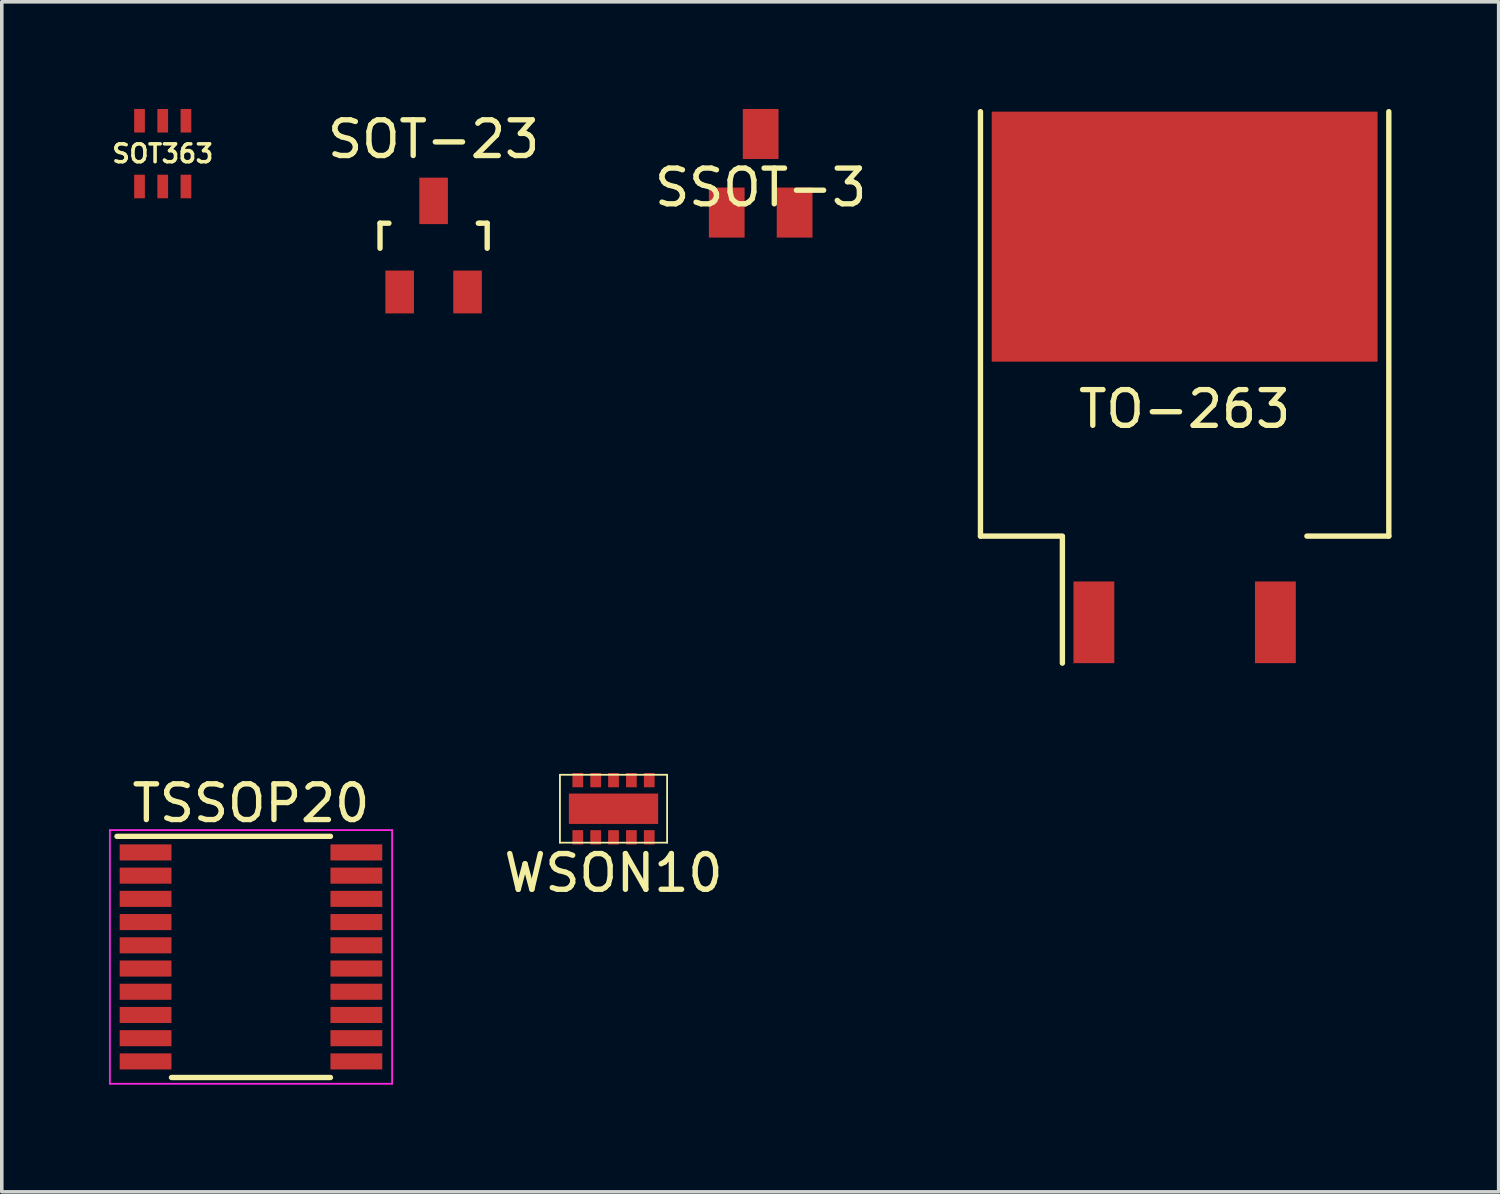
<source format=kicad_pcb>
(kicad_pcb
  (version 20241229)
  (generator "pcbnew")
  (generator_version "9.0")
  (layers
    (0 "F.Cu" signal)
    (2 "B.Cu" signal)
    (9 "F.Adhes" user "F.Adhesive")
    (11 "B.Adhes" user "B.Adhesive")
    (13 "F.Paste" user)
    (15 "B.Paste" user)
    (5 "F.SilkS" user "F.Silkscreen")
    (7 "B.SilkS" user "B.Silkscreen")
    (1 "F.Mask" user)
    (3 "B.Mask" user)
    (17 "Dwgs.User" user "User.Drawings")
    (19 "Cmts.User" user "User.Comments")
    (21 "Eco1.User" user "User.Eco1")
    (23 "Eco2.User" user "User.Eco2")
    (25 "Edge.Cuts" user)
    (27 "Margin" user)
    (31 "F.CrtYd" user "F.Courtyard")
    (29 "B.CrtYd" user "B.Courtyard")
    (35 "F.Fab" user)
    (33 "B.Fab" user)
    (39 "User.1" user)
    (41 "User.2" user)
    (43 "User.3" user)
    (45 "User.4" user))
  (footprint "TO-263"
    (layer "F.Cu")
    (at 30.109 14.369)
    (property "Reference" "TO-263" (at 0 -5.969 0) (layer "F.SilkS") (effects (font (size 1 1) (thickness 0.15))))
    (attr smd)
    (fp_line (start -5.715 -2.413) (end -5.715 -14.294) (stroke (width 0.15) (type solid)) (layer "F.SilkS"))
    (fp_line (start -5.715 -2.413) (end -3.422 -2.413) (stroke (width 0.15) (type solid)) (layer "F.SilkS"))
    (fp_line (start -3.422 -2.4) (end -3.422 1.143) (stroke (width 0.15) (type solid)) (layer "F.SilkS"))
    (fp_line (start 3.422 -2.413) (end 5.715 -2.413) (stroke (width 0.15) (type solid)) (layer "F.SilkS"))
    (fp_line (start 5.715 -14.294) (end 5.715 -2.413) (stroke (width 0.15) (type solid)) (layer "F.SilkS"))
    (pad "1" smd rect (at -2.54 0) (size 1.143 2.286) (layers "F.Cu" "F.Mask" "F.Paste"))
    (pad "2" smd rect (at 0 -10.795) (size 10.8 6.998) (layers "F.Cu" "F.Mask" "F.Paste"))
    (pad "3" smd rect (at 2.54 0) (size 1.143 2.286) (layers "F.Cu" "F.Mask" "F.Paste")))
  (footprint "WSON10"
    (layer "F.Cu")
    (at 14.123 19.587)
    (property "Reference" "WSON10" (at 0 1.8 0) (layer "F.SilkS") (effects (font (size 1 1) (thickness 0.15))))
    (attr through_hole)
    (fp_line (start -1.5 -0.95) (end 1.5 -0.95) (stroke (width 0.05) (type solid)) (layer "F.SilkS"))
    (fp_line (start -1.5 0.95) (end -1.5 -0.95) (stroke (width 0.05) (type solid)) (layer "F.SilkS"))
    (fp_line (start 1.5 -0.95) (end 1.5 0.95) (stroke (width 0.05) (type solid)) (layer "F.SilkS"))
    (fp_line (start 1.5 0.95) (end -1.5 0.95) (stroke (width 0.05) (type solid)) (layer "F.SilkS"))
    (pad "1" smd rect (at -1 0.8) (size 0.3 0.4) (layers "F.Cu" "F.Mask" "F.Paste"))
    (pad "2" smd rect (at -0.5 0.8) (size 0.3 0.4) (layers "F.Cu" "F.Mask" "F.Paste"))
    (pad "3" smd rect (at 0 0.8) (size 0.3 0.4) (layers "F.Cu" "F.Mask" "F.Paste"))
    (pad "4" smd rect (at 0.5 0.8) (size 0.3 0.4) (layers "F.Cu" "F.Mask" "F.Paste"))
    (pad "5" smd rect (at 1 0.8) (size 0.3 0.4) (layers "F.Cu" "F.Mask" "F.Paste"))
    (pad "6" smd rect (at 1 -0.8) (size 0.3 0.4) (layers "F.Cu" "F.Mask" "F.Paste"))
    (pad "7" smd rect (at 0.5 -0.8) (size 0.3 0.4) (layers "F.Cu" "F.Mask" "F.Paste"))
    (pad "8" smd rect (at 0 -0.8) (size 0.3 0.4) (layers "F.Cu" "F.Mask" "F.Paste"))
    (pad "9" smd rect (at -0.5 -0.8) (size 0.3 0.4) (layers "F.Cu" "F.Mask" "F.Paste"))
    (pad "10" smd rect (at -1 -0.8) (size 0.3 0.4) (layers "F.Cu" "F.Mask" "F.Paste"))
    (pad "11" smd rect (at 0 0) (size 2.5 0.85) (layers "F.Cu" "F.Mask" "F.Paste")))
  (footprint "SOT363"
    (layer "F.Cu")
    (at 1.505 1.25)
    (property "Reference" "SOT363" (at 0 0 0) (layer "F.SilkS") (effects (font (size 0.5 0.5) (thickness 0.1))))
    (attr through_hole)
    (pad "1" smd rect (at -0.65 0.92) (size 0.3 0.66) (layers "F.Cu" "F.Mask" "F.Paste"))
    (pad "2" smd rect (at 0 0.92) (size 0.3 0.66) (layers "F.Cu" "F.Mask" "F.Paste"))
    (pad "3" smd rect (at 0.65 0.92) (size 0.3 0.66) (layers "F.Cu" "F.Mask" "F.Paste"))
    (pad "4" smd rect (at 0.65 -0.92) (size 0.3 0.66) (layers "F.Cu" "F.Mask" "F.Paste"))
    (pad "5" smd rect (at 0 -0.92) (size 0.3 0.66) (layers "F.Cu" "F.Mask" "F.Paste"))
    (pad "6" smd rect (at -0.65 -0.92) (size 0.3 0.66) (layers "F.Cu" "F.Mask" "F.Paste")))
  (footprint "SSOT-3"
    (layer "F.Cu")
    (at 18.242 0.7)
    (property "Reference" "SSOT-3" (at 0 1.5 0) (layer "F.SilkS") (effects (font (size 1 1) (thickness 0.15))))
    (attr through_hole)
    (pad "1" smd rect (at -0.95 2.2) (size 1 1.4) (layers "F.Cu" "F.Mask" "F.Paste"))
    (pad "2" smd rect (at 0.95 2.2) (size 1 1.4) (layers "F.Cu" "F.Mask" "F.Paste"))
    (pad "3" smd rect (at 0 0) (size 1 1.4) (layers "F.Cu" "F.Mask" "F.Paste")))
  (footprint "SOT-23"
    (layer "F.Cu")
    (at 9.087 3.848)
    (property "Reference" "SOT-23" (at 0 -3 0) (layer "F.SilkS") (effects (font (size 1 1) (thickness 0.15))))
    (attr smd)
    (fp_line (start -1.5 -0.65) (end -1.251 -0.65) (stroke (width 0.15) (type solid)) (layer "F.SilkS"))
    (fp_line (start -1.5 0.051) (end -1.5 -0.65) (stroke (width 0.15) (type solid)) (layer "F.SilkS"))
    (fp_line (start 1.299 -0.65) (end 1.251 -0.65) (stroke (width 0.15) (type solid)) (layer "F.SilkS"))
    (fp_line (start 1.299 -0.65) (end 1.5 -0.65) (stroke (width 0.15) (type solid)) (layer "F.SilkS"))
    (fp_line (start 1.5 -0.65) (end 1.5 0.051) (stroke (width 0.15) (type solid)) (layer "F.SilkS"))
    (pad "1" smd rect (at -0.95 1.275) (size 0.8 1.2) (layers "F.Cu" "F.Mask" "F.Paste"))
    (pad "2" smd rect (at 0.95 1.275) (size 0.8 1.2) (layers "F.Cu" "F.Mask" "F.Paste"))
    (pad "3" smd rect (at 0 -1.275) (size 0.8 1.3) (layers "F.Cu" "F.Mask" "F.Paste")))
  (footprint "TSSOP20"
    (layer "F.Cu")
    (at 3.975 23.735)
    (property "Reference" "TSSOP20" (at 0 -4.3 0) (layer "F.SilkS") (effects (font (size 1 1) (thickness 0.15))))
    (attr smd)
    (fp_line (start -3.75 -3.375) (end 2.225 -3.375) (stroke (width 0.15) (type solid)) (layer "F.SilkS"))
    (fp_line (start -2.225 3.375) (end 2.225 3.375) (stroke (width 0.15) (type solid)) (layer "F.SilkS"))
    (fp_line (start -3.95 -3.55) (end -3.95 3.55) (stroke (width 0.05) (type solid)) (layer "F.CrtYd"))
    (fp_line (start -3.95 -3.55) (end 3.95 -3.55) (stroke (width 0.05) (type solid)) (layer "F.CrtYd"))
    (fp_line (start -3.95 3.55) (end 3.95 3.55) (stroke (width 0.05) (type solid)) (layer "F.CrtYd"))
    (fp_line (start 3.95 -3.55) (end 3.95 3.55) (stroke (width 0.05) (type solid)) (layer "F.CrtYd"))
    (pad "1" smd rect (at -2.95 -2.925) (size 1.45 0.45) (layers "F.Cu" "F.Mask" "F.Paste"))
    (pad "2" smd rect (at -2.95 -2.275) (size 1.45 0.45) (layers "F.Cu" "F.Mask" "F.Paste"))
    (pad "3" smd rect (at -2.95 -1.625) (size 1.45 0.45) (layers "F.Cu" "F.Mask" "F.Paste"))
    (pad "4" smd rect (at -2.95 -0.975) (size 1.45 0.45) (layers "F.Cu" "F.Mask" "F.Paste"))
    (pad "5" smd rect (at -2.95 -0.325) (size 1.45 0.45) (layers "F.Cu" "F.Mask" "F.Paste"))
    (pad "6" smd rect (at -2.95 0.325) (size 1.45 0.45) (layers "F.Cu" "F.Mask" "F.Paste"))
    (pad "7" smd rect (at -2.95 0.975) (size 1.45 0.45) (layers "F.Cu" "F.Mask" "F.Paste"))
    (pad "8" smd rect (at -2.95 1.625) (size 1.45 0.45) (layers "F.Cu" "F.Mask" "F.Paste"))
    (pad "9" smd rect (at -2.95 2.275) (size 1.45 0.45) (layers "F.Cu" "F.Mask" "F.Paste"))
    (pad "10" smd rect (at -2.95 2.925) (size 1.45 0.45) (layers "F.Cu" "F.Mask" "F.Paste"))
    (pad "11" smd rect (at 2.95 2.925) (size 1.45 0.45) (layers "F.Cu" "F.Mask" "F.Paste"))
    (pad "12" smd rect (at 2.95 2.275) (size 1.45 0.45) (layers "F.Cu" "F.Mask" "F.Paste"))
    (pad "13" smd rect (at 2.95 1.625) (size 1.45 0.45) (layers "F.Cu" "F.Mask" "F.Paste"))
    (pad "14" smd rect (at 2.95 0.975) (size 1.45 0.45) (layers "F.Cu" "F.Mask" "F.Paste"))
    (pad "15" smd rect (at 2.95 0.325) (size 1.45 0.45) (layers "F.Cu" "F.Mask" "F.Paste"))
    (pad "16" smd rect (at 2.95 -0.325) (size 1.45 0.45) (layers "F.Cu" "F.Mask" "F.Paste"))
    (pad "17" smd rect (at 2.95 -0.975) (size 1.45 0.45) (layers "F.Cu" "F.Mask" "F.Paste"))
    (pad "18" smd rect (at 2.95 -1.625) (size 1.45 0.45) (layers "F.Cu" "F.Mask" "F.Paste"))
    (pad "19" smd rect (at 2.95 -2.275) (size 1.45 0.45) (layers "F.Cu" "F.Mask" "F.Paste"))
    (pad "20" smd rect (at 2.95 -2.925) (size 1.45 0.45) (layers "F.Cu" "F.Mask" "F.Paste")))
  (gr_rect
    (start -3 -3)
    (end 38.899 30.31)
    (stroke (width 0.1) (type default))
    (fill no)
    (layer "Edge.Cuts")))
</source>
